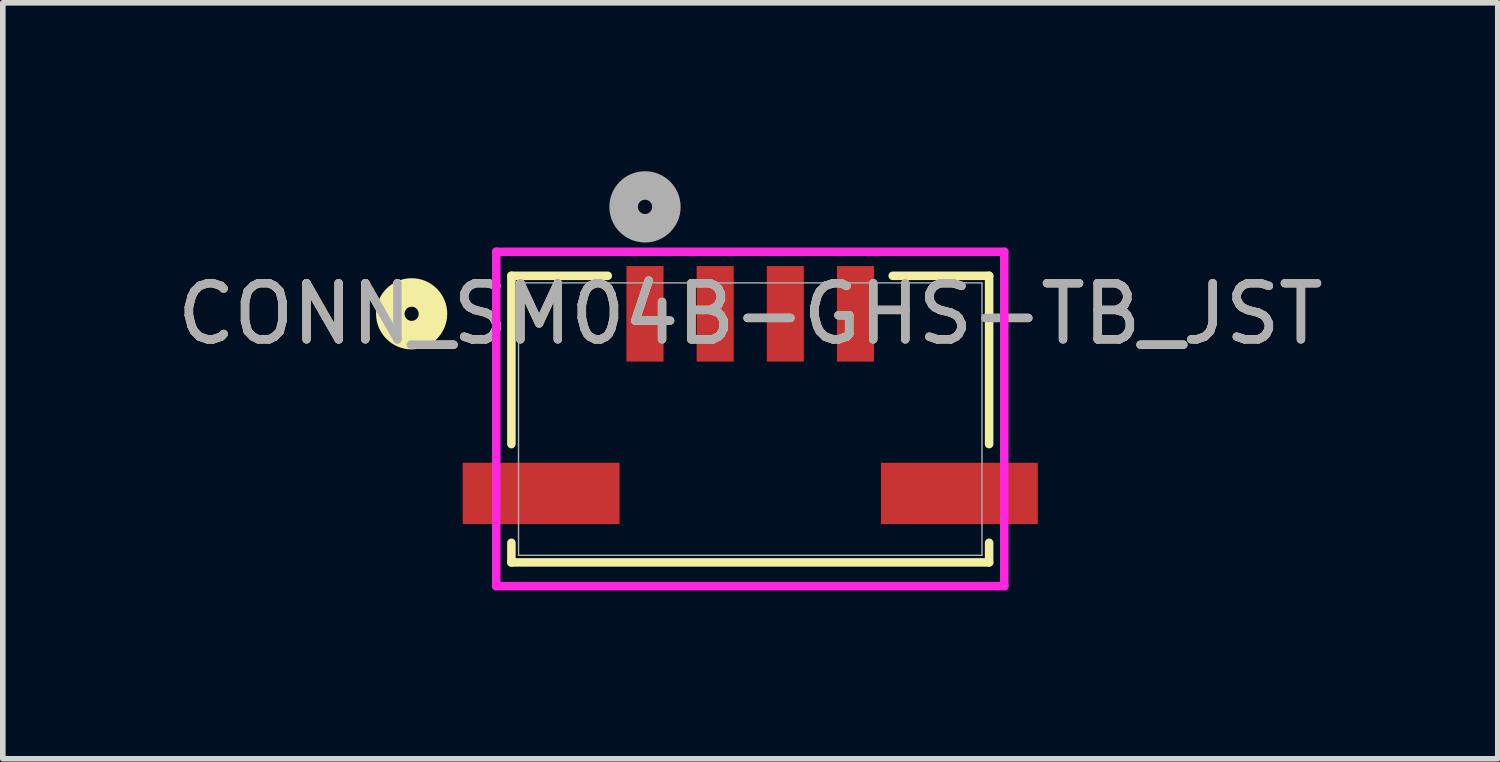
<source format=kicad_pcb>
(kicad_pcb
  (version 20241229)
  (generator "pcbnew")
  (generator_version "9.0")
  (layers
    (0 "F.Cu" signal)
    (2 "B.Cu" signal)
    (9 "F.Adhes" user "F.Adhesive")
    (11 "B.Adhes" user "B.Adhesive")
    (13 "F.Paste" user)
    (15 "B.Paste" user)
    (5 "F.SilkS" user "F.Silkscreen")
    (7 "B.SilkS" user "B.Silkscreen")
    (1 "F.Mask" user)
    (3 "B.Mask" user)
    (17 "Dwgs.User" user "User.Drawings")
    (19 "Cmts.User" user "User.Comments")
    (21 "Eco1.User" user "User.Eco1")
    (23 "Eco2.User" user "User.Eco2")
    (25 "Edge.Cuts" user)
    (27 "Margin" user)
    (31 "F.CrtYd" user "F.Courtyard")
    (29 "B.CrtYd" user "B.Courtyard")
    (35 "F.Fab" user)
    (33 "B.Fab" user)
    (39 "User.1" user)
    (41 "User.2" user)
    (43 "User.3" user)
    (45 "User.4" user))
  (footprint "CONN_SM04B-GHS-TB_JST"
    (layer "F.Cu")
    (at 10.315 4.416)
    (property "Reference" "CONN_SM04B-GHS-TB_JST" (at 0 -1.876 0) (unlocked yes) (layer "F.SilkS") (effects (font (size 1 1) (thickness 0.15))))
    (attr smd)
    (fp_line (start -4.255 -2.553) (end -4.255 0.445) (stroke (width 0.152) (type solid)) (layer "F.SilkS"))
    (fp_line (start -4.255 2.203) (end -4.255 2.553) (stroke (width 0.152) (type solid)) (layer "F.SilkS"))
    (fp_line (start -4.255 2.553) (end 4.255 2.553) (stroke (width 0.152) (type solid)) (layer "F.SilkS"))
    (fp_line (start -2.538 -2.553) (end -4.255 -2.553) (stroke (width 0.152) (type solid)) (layer "F.SilkS"))
    (fp_line (start 4.255 -2.553) (end 2.538 -2.553) (stroke (width 0.152) (type solid)) (layer "F.SilkS"))
    (fp_line (start 4.255 0.445) (end 4.255 -2.553) (stroke (width 0.152) (type solid)) (layer "F.SilkS"))
    (fp_line (start 4.255 2.553) (end 4.255 2.203) (stroke (width 0.152) (type solid)) (layer "F.SilkS"))
    (fp_circle (center -6.032 -1.876) (end -5.652 -1.876) (stroke (width 0.508) (type solid)) (fill no) (layer "F.SilkS"))
    (fp_line (start -4.525 -2.981) (end -4.525 2.975) (stroke (width 0.152) (type solid)) (layer "F.CrtYd"))
    (fp_line (start -4.525 2.975) (end 4.525 2.975) (stroke (width 0.152) (type solid)) (layer "F.CrtYd"))
    (fp_line (start 4.525 -2.981) (end -4.525 -2.981) (stroke (width 0.152) (type solid)) (layer "F.CrtYd"))
    (fp_line (start 4.525 2.975) (end 4.525 -2.981) (stroke (width 0.152) (type solid)) (layer "F.CrtYd"))
    (fp_line (start -4.128 -2.426) (end -4.128 2.426) (stroke (width 0.025) (type solid)) (layer "F.Fab"))
    (fp_line (start -4.128 2.426) (end 4.128 2.426) (stroke (width 0.025) (type solid)) (layer "F.Fab"))
    (fp_line (start 4.128 -2.426) (end -4.128 -2.426) (stroke (width 0.025) (type solid)) (layer "F.Fab"))
    (fp_line (start 4.128 2.426) (end 4.128 -2.426) (stroke (width 0.025) (type solid)) (layer "F.Fab"))
    (fp_circle (center -1.875 -3.781) (end -1.494 -3.781) (stroke (width 0.508) (type solid)) (fill no) (layer "F.Fab"))
    (fp_text user "${REFERENCE}" (at 0 -1.876 0) (unlocked yes) (layer "F.Fab") (effects (font (size 1 1) (thickness 0.15))))
    (pad "1" smd rect (at -1.875 -1.876) (size 0.66 1.702) (layers "F.Cu" "F.Mask" "F.Paste"))
    (pad "2" smd rect (at -0.625 -1.876) (size 0.66 1.702) (layers "F.Cu" "F.Mask" "F.Paste"))
    (pad "3" smd rect (at 0.625 -1.876) (size 0.66 1.702) (layers "F.Cu" "F.Mask" "F.Paste"))
    (pad "4" smd rect (at 1.875 -1.876) (size 0.66 1.702) (layers "F.Cu" "F.Mask" "F.Paste"))
    (pad "5" smd rect (at -3.725 1.324 90) (size 1.092 2.794) (layers "F.Cu" "F.Mask" "F.Paste"))
    (pad "6" smd rect (at 3.725 1.324 90) (size 1.092 2.794) (layers "F.Cu" "F.Mask" "F.Paste")))
  (gr_rect
    (start -3 -3)
    (end 23.631 10.467)
    (stroke (width 0.1) (type default))
    (fill no)
    (layer "Edge.Cuts")))
</source>
